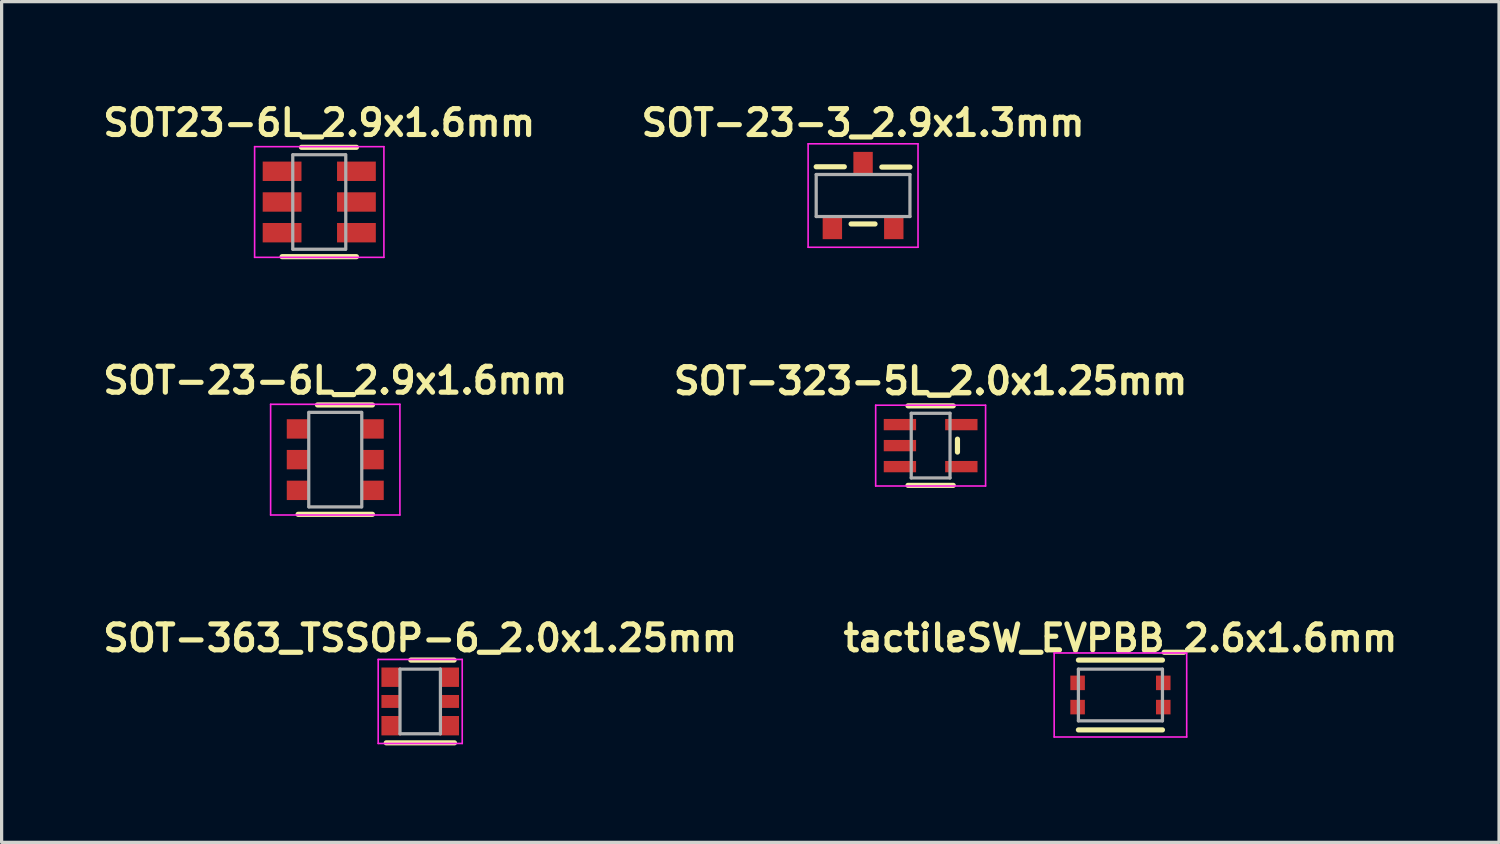
<source format=kicad_pcb>
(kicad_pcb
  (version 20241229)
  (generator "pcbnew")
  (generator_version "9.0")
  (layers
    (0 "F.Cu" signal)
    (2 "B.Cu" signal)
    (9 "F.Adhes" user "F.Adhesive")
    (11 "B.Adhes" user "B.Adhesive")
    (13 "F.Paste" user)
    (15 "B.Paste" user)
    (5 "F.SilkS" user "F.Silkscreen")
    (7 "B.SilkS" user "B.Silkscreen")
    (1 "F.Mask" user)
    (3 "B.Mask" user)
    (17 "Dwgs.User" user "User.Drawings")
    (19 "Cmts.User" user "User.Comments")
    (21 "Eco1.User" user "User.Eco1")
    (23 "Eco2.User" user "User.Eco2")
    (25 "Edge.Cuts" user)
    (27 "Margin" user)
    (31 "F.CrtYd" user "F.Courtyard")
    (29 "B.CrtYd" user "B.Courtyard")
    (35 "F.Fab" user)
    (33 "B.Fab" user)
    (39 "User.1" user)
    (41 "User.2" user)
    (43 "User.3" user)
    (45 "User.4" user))
  (footprint "SOT-23-3_2.9x1.3mm"
    (layer "F.Cu")
    (at 23.651 2.999)
    (property "Reference" "SOT-23-3_2.9x1.3mm" (at 0 -2.25 0) (layer "F.SilkS") (effects (font (size 0.8 0.8) (thickness 0.16))))
    (attr through_hole)
    (fp_line (start -1.45 -0.89) (end -0.58 -0.89) (stroke (width 0.16) (type solid)) (layer "F.SilkS"))
    (fp_line (start -0.37 0.88) (end 0.37 0.88) (stroke (width 0.16) (type solid)) (layer "F.SilkS"))
    (fp_line (start 0.58 -0.88) (end 1.45 -0.88) (stroke (width 0.16) (type solid)) (layer "F.SilkS"))
    (fp_line (start -1.7 -1.6) (end -1.7 1.6) (stroke (width 0.05) (type solid)) (layer "F.CrtYd"))
    (fp_line (start -1.7 -1.6) (end 1.7 -1.6) (stroke (width 0.05) (type solid)) (layer "F.CrtYd"))
    (fp_line (start 1.7 1.6) (end -1.7 1.6) (stroke (width 0.05) (type solid)) (layer "F.CrtYd"))
    (fp_line (start 1.7 1.6) (end 1.7 -1.6) (stroke (width 0.05) (type solid)) (layer "F.CrtYd"))
    (fp_line (start -1.45 -0.65) (end -1.45 0.65) (stroke (width 0.1) (type solid)) (layer "F.Fab"))
    (fp_line (start -1.45 0.65) (end 1.45 0.65) (stroke (width 0.1) (type solid)) (layer "F.Fab"))
    (fp_line (start 1.45 -0.65) (end -1.45 -0.65) (stroke (width 0.1) (type solid)) (layer "F.Fab"))
    (fp_line (start 1.45 0.65) (end 1.45 -0.65) (stroke (width 0.1) (type solid)) (layer "F.Fab"))
    (pad "1" smd rect (at -0.95 1) (size 0.6 0.7) (layers "F.Cu" "F.Mask" "F.Paste"))
    (pad "2" smd rect (at 0.95 1) (size 0.6 0.7) (layers "F.Cu" "F.Mask" "F.Paste"))
    (pad "3" smd rect (at 0 -1) (size 0.6 0.7) (layers "F.Cu" "F.Mask" "F.Paste")))
  (footprint "SOT-363_TSSOP-6_2.0x1.25mm"
    (layer "F.Cu")
    (at 9.95 18.651)
    (property "Reference" "SOT-363_TSSOP-6_2.0x1.25mm" (at 0 -1.96 0) (layer "F.SilkS") (effects (font (size 0.8 0.8) (thickness 0.16))))
    (attr through_hole)
    (fp_line (start -1.05 1.28) (end 1.06 1.28) (stroke (width 0.16) (type solid)) (layer "F.SilkS"))
    (fp_line (start 1.05 -1.28) (end -0.29 -1.28) (stroke (width 0.16) (type solid)) (layer "F.SilkS"))
    (fp_line (start -1.3 -1.3) (end 1.3 -1.3) (stroke (width 0.05) (type solid)) (layer "F.CrtYd"))
    (fp_line (start -1.3 1.3) (end -1.3 -1.3) (stroke (width 0.05) (type solid)) (layer "F.CrtYd"))
    (fp_line (start 1.3 -1.3) (end 1.3 1.3) (stroke (width 0.05) (type solid)) (layer "F.CrtYd"))
    (fp_line (start 1.3 1.3) (end -1.3 1.3) (stroke (width 0.05) (type solid)) (layer "F.CrtYd"))
    (fp_line (start -0.625 -1) (end 0.625 -1) (stroke (width 0.1) (type solid)) (layer "F.Fab"))
    (fp_line (start -0.625 1) (end -0.625 -1) (stroke (width 0.1) (type solid)) (layer "F.Fab"))
    (fp_line (start 0.625 -1) (end 0.625 1) (stroke (width 0.1) (type solid)) (layer "F.Fab"))
    (fp_line (start 0.625 1) (end -0.625 1) (stroke (width 0.1) (type solid)) (layer "F.Fab"))
    (pad "1" smd rect (at -0.9 -0.75) (size 0.6 0.6) (layers "F.Cu" "F.Mask" "F.Paste"))
    (pad "2" smd rect (at -0.9 0) (size 0.6 0.4) (layers "F.Cu" "F.Mask" "F.Paste"))
    (pad "3" smd rect (at -0.9 0.75) (size 0.6 0.6) (layers "F.Cu" "F.Mask" "F.Paste"))
    (pad "4" smd rect (at 0.9 0.75) (size 0.6 0.6) (layers "F.Cu" "F.Mask" "F.Paste"))
    (pad "5" smd rect (at 0.9 0) (size 0.6 0.4) (layers "F.Cu" "F.Mask" "F.Paste"))
    (pad "6" smd rect (at 0.9 -0.75) (size 0.6 0.6) (layers "F.Cu" "F.Mask" "F.Paste")))
  (footprint "SOT-323-5L_2.0x1.25mm"
    (layer "F.Cu")
    (at 25.741 10.736)
    (property "Reference" "SOT-323-5L_2.0x1.25mm" (at 0 -2 0) (layer "F.SilkS") (effects (font (size 0.8 0.8) (thickness 0.169))))
    (attr through_hole)
    (fp_line (start -0.7 -1.23) (end 0.7 -1.23) (stroke (width 0.16) (type solid)) (layer "F.SilkS"))
    (fp_line (start 0.7 1.23) (end -0.7 1.23) (stroke (width 0.16) (type solid)) (layer "F.SilkS"))
    (fp_line (start 0.83 -0.2) (end 0.83 0.2) (stroke (width 0.16) (type solid)) (layer "F.SilkS"))
    (fp_line (start -1.7 -1.25) (end 1.7 -1.25) (stroke (width 0.05) (type solid)) (layer "F.CrtYd"))
    (fp_line (start -1.7 1.25) (end -1.7 -1.25) (stroke (width 0.05) (type solid)) (layer "F.CrtYd"))
    (fp_line (start 1.7 -1.25) (end 1.7 1.25) (stroke (width 0.05) (type solid)) (layer "F.CrtYd"))
    (fp_line (start 1.7 1.25) (end -1.7 1.25) (stroke (width 0.05) (type solid)) (layer "F.CrtYd"))
    (fp_line (start -0.6 -1) (end 0.6 -1) (stroke (width 0.1) (type solid)) (layer "F.Fab"))
    (fp_line (start -0.6 1) (end -0.6 -1) (stroke (width 0.1) (type solid)) (layer "F.Fab"))
    (fp_line (start 0.6 -1) (end 0.6 1) (stroke (width 0.1) (type solid)) (layer "F.Fab"))
    (fp_line (start 0.6 1) (end -0.6 1) (stroke (width 0.1) (type solid)) (layer "F.Fab"))
    (pad "1" smd rect (at -0.95 -0.65) (size 1 0.35) (layers "F.Cu" "F.Mask" "F.Paste"))
    (pad "2" smd rect (at -0.95 0) (size 1 0.35) (layers "F.Cu" "F.Mask" "F.Paste"))
    (pad "3" smd rect (at -0.95 0.65) (size 1 0.35) (layers "F.Cu" "F.Mask" "F.Paste"))
    (pad "4" smd rect (at 0.95 0.65) (size 1 0.35) (layers "F.Cu" "F.Mask" "F.Paste"))
    (pad "5" smd rect (at 0.95 -0.65) (size 1 0.35) (layers "F.Cu" "F.Mask" "F.Paste")))
  (footprint "tactileSW_EVPBB_2.6x1.6mm"
    (layer "F.Cu")
    (at 31.613 18.451)
    (property "Reference" "tactileSW_EVPBB_2.6x1.6mm" (at 0 -1.76 0) (layer "F.SilkS") (effects (font (size 0.8 0.8) (thickness 0.16))))
    (attr through_hole)
    (fp_line (start -1.3 -1.08) (end 1.3 -1.08) (stroke (width 0.16) (type solid)) (layer "F.SilkS"))
    (fp_line (start 1.3 1.08) (end -1.3 1.08) (stroke (width 0.16) (type solid)) (layer "F.SilkS"))
    (fp_line (start -2.05 -1.3) (end -2.05 1.3) (stroke (width 0.05) (type solid)) (layer "F.CrtYd"))
    (fp_line (start -2.05 -1.3) (end 2.05 -1.3) (stroke (width 0.05) (type solid)) (layer "F.CrtYd"))
    (fp_line (start 2.05 1.3) (end -2.05 1.3) (stroke (width 0.05) (type solid)) (layer "F.CrtYd"))
    (fp_line (start 2.05 1.3) (end 2.05 -1.3) (stroke (width 0.05) (type solid)) (layer "F.CrtYd"))
    (fp_line (start -1.3 -0.8) (end -1.3 0.8) (stroke (width 0.1) (type solid)) (layer "F.Fab"))
    (fp_line (start -1.3 -0.8) (end 1.3 -0.8) (stroke (width 0.1) (type solid)) (layer "F.Fab"))
    (fp_line (start 1.3 0.8) (end -1.3 0.8) (stroke (width 0.1) (type solid)) (layer "F.Fab"))
    (fp_line (start 1.3 0.8) (end 1.3 -0.8) (stroke (width 0.1) (type solid)) (layer "F.Fab"))
    (pad "1" smd rect (at -1.325 -0.375) (size 0.45 0.45) (layers "F.Cu" "F.Mask" "F.Paste"))
    (pad "2" smd rect (at 1.325 -0.375) (size 0.45 0.45) (layers "F.Cu" "F.Mask" "F.Paste"))
    (pad "3" smd rect (at -1.325 0.375) (size 0.45 0.45) (layers "F.Cu" "F.Mask" "F.Paste"))
    (pad "4" smd rect (at 1.325 0.375) (size 0.45 0.45) (layers "F.Cu" "F.Mask" "F.Paste")))
  (footprint "SOT-23-6L_2.9x1.6mm"
    (layer "F.Cu")
    (at 7.322 11.17)
    (property "Reference" "SOT-23-6L_2.9x1.6mm" (at 0 -2.45 0) (layer "F.SilkS") (effects (font (size 0.8 0.8) (thickness 0.16))))
    (attr through_hole)
    (fp_line (start -0.55 -1.692) (end 1.15 -1.692) (stroke (width 0.16) (type solid)) (layer "F.SilkS"))
    (fp_line (start 1.15 1.692) (end -1.15 1.692) (stroke (width 0.16) (type solid)) (layer "F.SilkS"))
    (fp_line (start -2 1.712) (end -2 -1.712) (stroke (width 0.05) (type solid)) (layer "F.CrtYd"))
    (fp_line (start -2 1.712) (end 2 1.712) (stroke (width 0.05) (type solid)) (layer "F.CrtYd"))
    (fp_line (start 2 -1.712) (end -2 -1.712) (stroke (width 0.05) (type solid)) (layer "F.CrtYd"))
    (fp_line (start 2 1.712) (end 2 -1.712) (stroke (width 0.05) (type solid)) (layer "F.CrtYd"))
    (fp_line (start -0.82 -1.462) (end -0.82 1.462) (stroke (width 0.1) (type solid)) (layer "F.Fab"))
    (fp_line (start -0.812 -1.462) (end 0.812 -1.462) (stroke (width 0.1) (type solid)) (layer "F.Fab"))
    (fp_line (start 0.812 1.462) (end -0.812 1.462) (stroke (width 0.1) (type solid)) (layer "F.Fab"))
    (fp_line (start 0.82 1.462) (end 0.82 -1.462) (stroke (width 0.1) (type solid)) (layer "F.Fab"))
    (pad "1" smd rect (at -1.15 -0.95 90) (size 0.6 0.7) (layers "F.Cu" "F.Mask" "F.Paste"))
    (pad "2" smd rect (at -1.15 0 90) (size 0.6 0.7) (layers "F.Cu" "F.Mask" "F.Paste"))
    (pad "3" smd rect (at -1.15 0.95 90) (size 0.6 0.7) (layers "F.Cu" "F.Mask" "F.Paste"))
    (pad "4" smd rect (at 1.15 0.95 90) (size 0.6 0.7) (layers "F.Cu" "F.Mask" "F.Paste"))
    (pad "5" smd rect (at 1.15 0 90) (size 0.6 0.7) (layers "F.Cu" "F.Mask" "F.Paste"))
    (pad "6" smd rect (at 1.15 -0.95 90) (size 0.6 0.7) (layers "F.Cu" "F.Mask" "F.Paste")))
  (footprint "SOT23-6L_2.9x1.6mm"
    (layer "F.Cu")
    (at 6.827 3.199)
    (property "Reference" "SOT23-6L_2.9x1.6mm" (at 0 -2.45 0) (layer "F.SilkS") (effects (font (size 0.8 0.8) (thickness 0.16))))
    (attr through_hole)
    (fp_line (start -0.55 -1.692) (end 1.15 -1.692) (stroke (width 0.16) (type solid)) (layer "F.SilkS"))
    (fp_line (start 1.15 1.692) (end -1.15 1.692) (stroke (width 0.16) (type solid)) (layer "F.SilkS"))
    (fp_line (start -2 1.712) (end -2 -1.712) (stroke (width 0.05) (type solid)) (layer "F.CrtYd"))
    (fp_line (start -2 1.712) (end 2 1.712) (stroke (width 0.05) (type solid)) (layer "F.CrtYd"))
    (fp_line (start 2 -1.712) (end -2 -1.712) (stroke (width 0.05) (type solid)) (layer "F.CrtYd"))
    (fp_line (start 2 1.712) (end 2 -1.712) (stroke (width 0.05) (type solid)) (layer "F.CrtYd"))
    (fp_line (start -0.82 -1.462) (end -0.82 1.462) (stroke (width 0.1) (type solid)) (layer "F.Fab"))
    (fp_line (start -0.812 -1.462) (end 0.812 -1.462) (stroke (width 0.1) (type solid)) (layer "F.Fab"))
    (fp_line (start 0.812 1.462) (end -0.812 1.462) (stroke (width 0.1) (type solid)) (layer "F.Fab"))
    (fp_line (start 0.82 1.462) (end 0.82 -1.462) (stroke (width 0.1) (type solid)) (layer "F.Fab"))
    (pad "1" smd rect (at -1.15 -0.95 90) (size 0.6 1.2) (layers "F.Cu" "F.Mask" "F.Paste"))
    (pad "2" smd rect (at -1.15 0 90) (size 0.6 1.2) (layers "F.Cu" "F.Mask" "F.Paste"))
    (pad "3" smd rect (at -1.15 0.95 90) (size 0.6 1.2) (layers "F.Cu" "F.Mask" "F.Paste"))
    (pad "4" smd rect (at 1.15 0.95 90) (size 0.6 1.2) (layers "F.Cu" "F.Mask" "F.Paste"))
    (pad "5" smd rect (at 1.15 0 90) (size 0.6 1.2) (layers "F.Cu" "F.Mask" "F.Paste"))
    (pad "6" smd rect (at 1.15 -0.95 90) (size 0.6 1.2) (layers "F.Cu" "F.Mask" "F.Paste")))
  (gr_rect
    (start -3 -3)
    (end 43.326 23.011)
    (stroke (width 0.1) (type default))
    (fill no)
    (layer "Edge.Cuts")))
</source>
